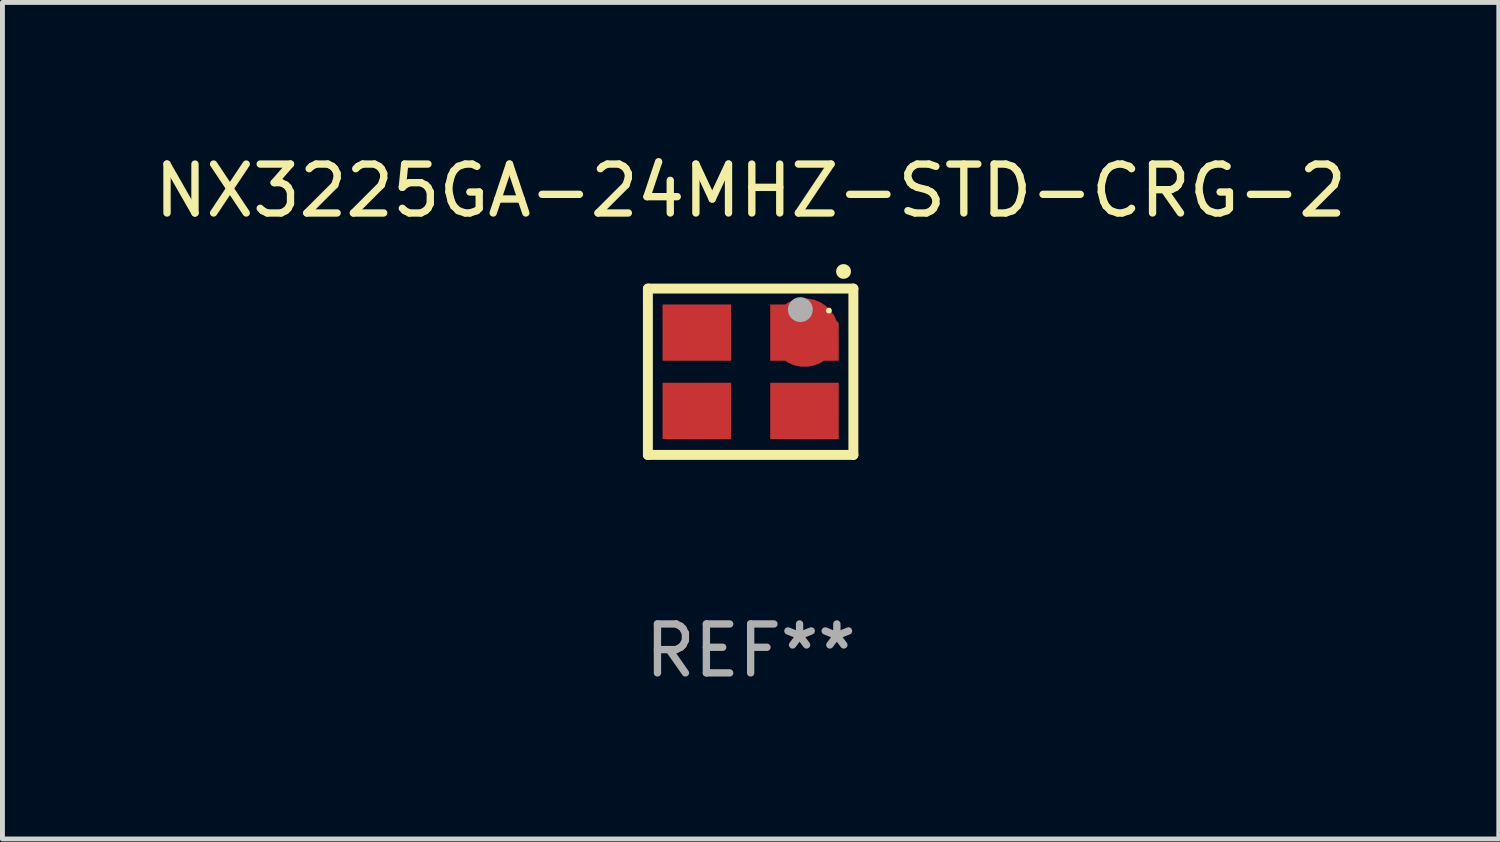
<source format=kicad_pcb>
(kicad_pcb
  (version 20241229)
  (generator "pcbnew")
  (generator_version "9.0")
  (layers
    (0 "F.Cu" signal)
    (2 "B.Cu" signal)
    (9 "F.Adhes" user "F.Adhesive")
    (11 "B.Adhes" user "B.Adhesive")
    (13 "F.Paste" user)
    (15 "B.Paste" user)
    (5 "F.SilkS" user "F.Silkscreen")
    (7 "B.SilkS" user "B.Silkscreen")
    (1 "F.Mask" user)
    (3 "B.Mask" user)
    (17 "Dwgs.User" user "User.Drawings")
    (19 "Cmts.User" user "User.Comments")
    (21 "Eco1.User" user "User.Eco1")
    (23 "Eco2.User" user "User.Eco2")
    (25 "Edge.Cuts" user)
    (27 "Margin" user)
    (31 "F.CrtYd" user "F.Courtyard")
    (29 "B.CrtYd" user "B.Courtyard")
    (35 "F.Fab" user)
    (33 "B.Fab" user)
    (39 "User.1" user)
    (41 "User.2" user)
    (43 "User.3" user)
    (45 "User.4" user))
  (footprint "NX3225GA-24MHZ-STD-CRG-2"
    (layer "F.Cu")
    (at 12.292 4.548)
    (property "Reference" "NX3225GA-24MHZ-STD-CRG-2" (at 0 -3.7 0) (layer "F.SilkS") (effects (font (size 1 1) (thickness 0.15))))
    (attr through_hole)
    (fp_line (start -2.1 -1.7) (end -2.1 1.7) (stroke (width 0.203) (type solid)) (layer "F.SilkS"))
    (fp_line (start -2.1 1.7) (end 2.1 1.7) (stroke (width 0.203) (type solid)) (layer "F.SilkS"))
    (fp_line (start 2.1 -1.7) (end -2.1 -1.7) (stroke (width 0.203) (type solid)) (layer "F.SilkS"))
    (fp_line (start 2.1 1.7) (end 2.1 -1.7) (stroke (width 0.203) (type solid)) (layer "F.SilkS"))
    (fp_arc (start 1.897384 -2.049784) (mid 1.898654 -2.049789) (end 1.899924 -2.049784) (stroke (width 0.3) (type solid)) (layer "F.SilkS"))
    (fp_circle (center 1.6 -1.25) (end 1.63 -1.25) (stroke (width 0.06) (type solid)) (fill no) (layer "F.SilkS"))
    (fp_circle (center 1.016 -1.27) (end 1.143 -1.27) (stroke (width 0.254) (type solid)) (fill no) (layer "F.Fab"))
    (fp_text user "REF**" (at 0 5.7 0) (layer "F.Fab") (effects (font (size 1 1) (thickness 0.15))))
    (pad "1" smd custom (at 1.1 -0.8 180) (size 1.4 1.15) (layers "F.Cu" "F.Mask" "F.Paste") (options (anchor circle)) (primitives (gr_poly (pts (xy 0.7 0.575) (xy -0.338 0.575) (xy -0.7 0.196) (xy -0.7 -0.575) (xy 0.7 -0.575)) (width 0) (fill yes))))
    (pad "2" smd rect (at -1.1 -0.8 180) (size 1.4 1.15) (layers "F.Cu" "F.Mask" "F.Paste"))
    (pad "3" smd rect (at -1.1 0.8 180) (size 1.4 1.15) (layers "F.Cu" "F.Mask" "F.Paste"))
    (pad "4" smd rect (at 1.1 0.8 180) (size 1.4 1.15) (layers "F.Cu" "F.Mask" "F.Paste")))
  (gr_rect
    (start -3 -3)
    (end 27.583 14.097)
    (stroke (width 0.1) (type default))
    (fill no)
    (layer "Edge.Cuts")))
</source>
